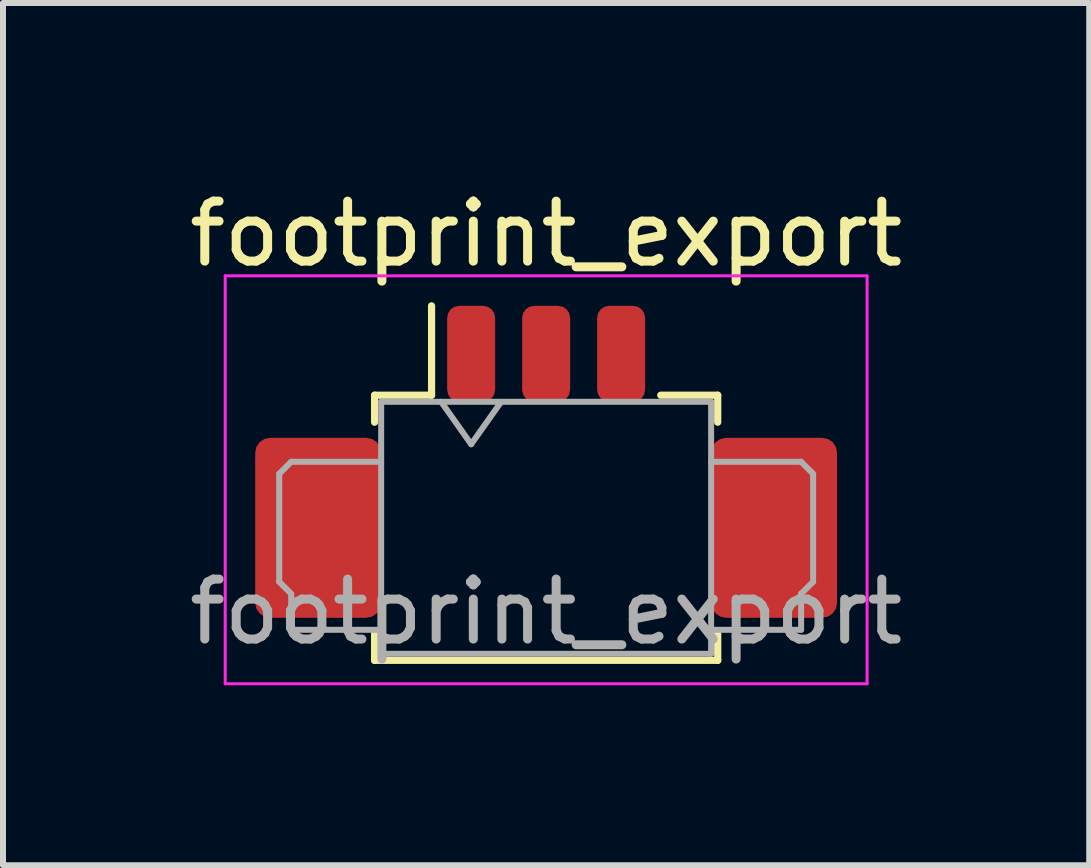
<source format=kicad_pcb>
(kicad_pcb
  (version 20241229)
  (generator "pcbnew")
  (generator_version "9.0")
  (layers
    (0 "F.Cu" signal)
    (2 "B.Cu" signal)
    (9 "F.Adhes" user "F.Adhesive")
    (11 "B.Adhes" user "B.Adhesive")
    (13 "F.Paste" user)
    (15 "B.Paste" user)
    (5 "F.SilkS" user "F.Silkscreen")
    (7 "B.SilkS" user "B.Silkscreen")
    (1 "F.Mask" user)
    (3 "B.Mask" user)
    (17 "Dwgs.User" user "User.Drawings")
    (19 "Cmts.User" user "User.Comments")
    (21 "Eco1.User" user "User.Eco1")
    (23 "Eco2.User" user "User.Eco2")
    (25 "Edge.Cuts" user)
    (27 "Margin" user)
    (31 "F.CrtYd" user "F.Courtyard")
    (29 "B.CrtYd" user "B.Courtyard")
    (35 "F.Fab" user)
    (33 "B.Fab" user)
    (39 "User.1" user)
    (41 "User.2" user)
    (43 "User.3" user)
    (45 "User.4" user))
  (footprint "footprint_export"
    (layer "F.Cu")
    (at 6.054 5.248)
    (property "Reference" "footprint_export" (at 0 -4.4 0) (layer "F.SilkS") (effects (font (size 1 1) (thickness 0.15))))
    (attr smd)
    (fp_line (start -2.86 -1.71) (end -1.91 -1.71) (stroke (width 0.12) (type solid)) (layer "F.SilkS"))
    (fp_line (start -2.86 -1.26) (end -2.86 -1.71) (stroke (width 0.12) (type solid)) (layer "F.SilkS"))
    (fp_line (start -2.86 2.26) (end -2.86 2.71) (stroke (width 0.12) (type solid)) (layer "F.SilkS"))
    (fp_line (start -2.86 2.71) (end 2.86 2.71) (stroke (width 0.12) (type solid)) (layer "F.SilkS"))
    (fp_line (start -1.91 -1.71) (end -1.91 -3.2) (stroke (width 0.12) (type solid)) (layer "F.SilkS"))
    (fp_line (start 2.86 -1.71) (end 1.91 -1.71) (stroke (width 0.12) (type solid)) (layer "F.SilkS"))
    (fp_line (start 2.86 -1.26) (end 2.86 -1.71) (stroke (width 0.12) (type solid)) (layer "F.SilkS"))
    (fp_line (start 2.86 2.71) (end 2.86 2.26) (stroke (width 0.12) (type solid)) (layer "F.SilkS"))
    (fp_line (start -5.35 -3.7) (end -5.35 3.1) (stroke (width 0.05) (type solid)) (layer "F.CrtYd"))
    (fp_line (start -5.35 3.1) (end 5.35 3.1) (stroke (width 0.05) (type solid)) (layer "F.CrtYd"))
    (fp_line (start 5.35 -3.7) (end -5.35 -3.7) (stroke (width 0.05) (type solid)) (layer "F.CrtYd"))
    (fp_line (start 5.35 3.1) (end 5.35 -3.7) (stroke (width 0.05) (type solid)) (layer "F.CrtYd"))
    (fp_line (start -4.45 -0.4) (end -4.45 1.4) (stroke (width 0.1) (type solid)) (layer "F.Fab"))
    (fp_line (start -4.45 1.4) (end -4.25 1.6) (stroke (width 0.1) (type solid)) (layer "F.Fab"))
    (fp_line (start -4.25 -0.6) (end -4.45 -0.4) (stroke (width 0.1) (type solid)) (layer "F.Fab"))
    (fp_line (start -4.25 1.6) (end -4.25 2.2) (stroke (width 0.1) (type solid)) (layer "F.Fab"))
    (fp_line (start -4.25 2.2) (end -2.75 2.2) (stroke (width 0.1) (type solid)) (layer "F.Fab"))
    (fp_line (start -2.75 -1.6) (end -2.75 2.6) (stroke (width 0.1) (type solid)) (layer "F.Fab"))
    (fp_line (start -2.75 -1.6) (end 2.75 -1.6) (stroke (width 0.1) (type solid)) (layer "F.Fab"))
    (fp_line (start -2.75 -0.6) (end -4.25 -0.6) (stroke (width 0.1) (type solid)) (layer "F.Fab"))
    (fp_line (start -2.75 2.6) (end 2.75 2.6) (stroke (width 0.1) (type solid)) (layer "F.Fab"))
    (fp_line (start -1.75 -1.6) (end -1.25 -0.893) (stroke (width 0.1) (type solid)) (layer "F.Fab"))
    (fp_line (start -1.25 -0.893) (end -0.75 -1.6) (stroke (width 0.1) (type solid)) (layer "F.Fab"))
    (fp_line (start 2.75 -1.6) (end 2.75 2.6) (stroke (width 0.1) (type solid)) (layer "F.Fab"))
    (fp_line (start 2.75 -0.6) (end 4.25 -0.6) (stroke (width 0.1) (type solid)) (layer "F.Fab"))
    (fp_line (start 4.25 -0.6) (end 4.45 -0.4) (stroke (width 0.1) (type solid)) (layer "F.Fab"))
    (fp_line (start 4.25 1.6) (end 4.25 2.2) (stroke (width 0.1) (type solid)) (layer "F.Fab"))
    (fp_line (start 4.25 2.2) (end 2.75 2.2) (stroke (width 0.1) (type solid)) (layer "F.Fab"))
    (fp_line (start 4.45 -0.4) (end 4.45 1.4) (stroke (width 0.1) (type solid)) (layer "F.Fab"))
    (fp_line (start 4.45 1.4) (end 4.25 1.6) (stroke (width 0.1) (type solid)) (layer "F.Fab"))
    (fp_text user "${REFERENCE}" (at 0 1.9 0) (layer "F.Fab") (effects (font (size 1 1) (thickness 0.15))))
    (pad "1" smd roundrect (at -1.25 -2.4) (size 0.8 1.6) (layers "F.Cu" "F.Mask" "F.Paste") (roundrect_rratio 0.25))
    (pad "2" smd roundrect (at 0 -2.4) (size 0.8 1.6) (layers "F.Cu" "F.Mask" "F.Paste") (roundrect_rratio 0.25))
    (pad "3" smd roundrect (at 1.25 -2.4) (size 0.8 1.6) (layers "F.Cu" "F.Mask" "F.Paste") (roundrect_rratio 0.25))
    (pad "MP" smd roundrect (at -3.8 0.5) (size 2.1 3) (layers "F.Cu" "F.Mask" "F.Paste") (roundrect_rratio 0.119))
    (pad "MP" smd roundrect (at 3.8 0.5) (size 2.1 3) (layers "F.Cu" "F.Mask" "F.Paste") (roundrect_rratio 0.119)))
  (gr_rect
    (start -3 -3)
    (end 15.107 11.373)
    (stroke (width 0.1) (type default))
    (fill no)
    (layer "Edge.Cuts")))
</source>
